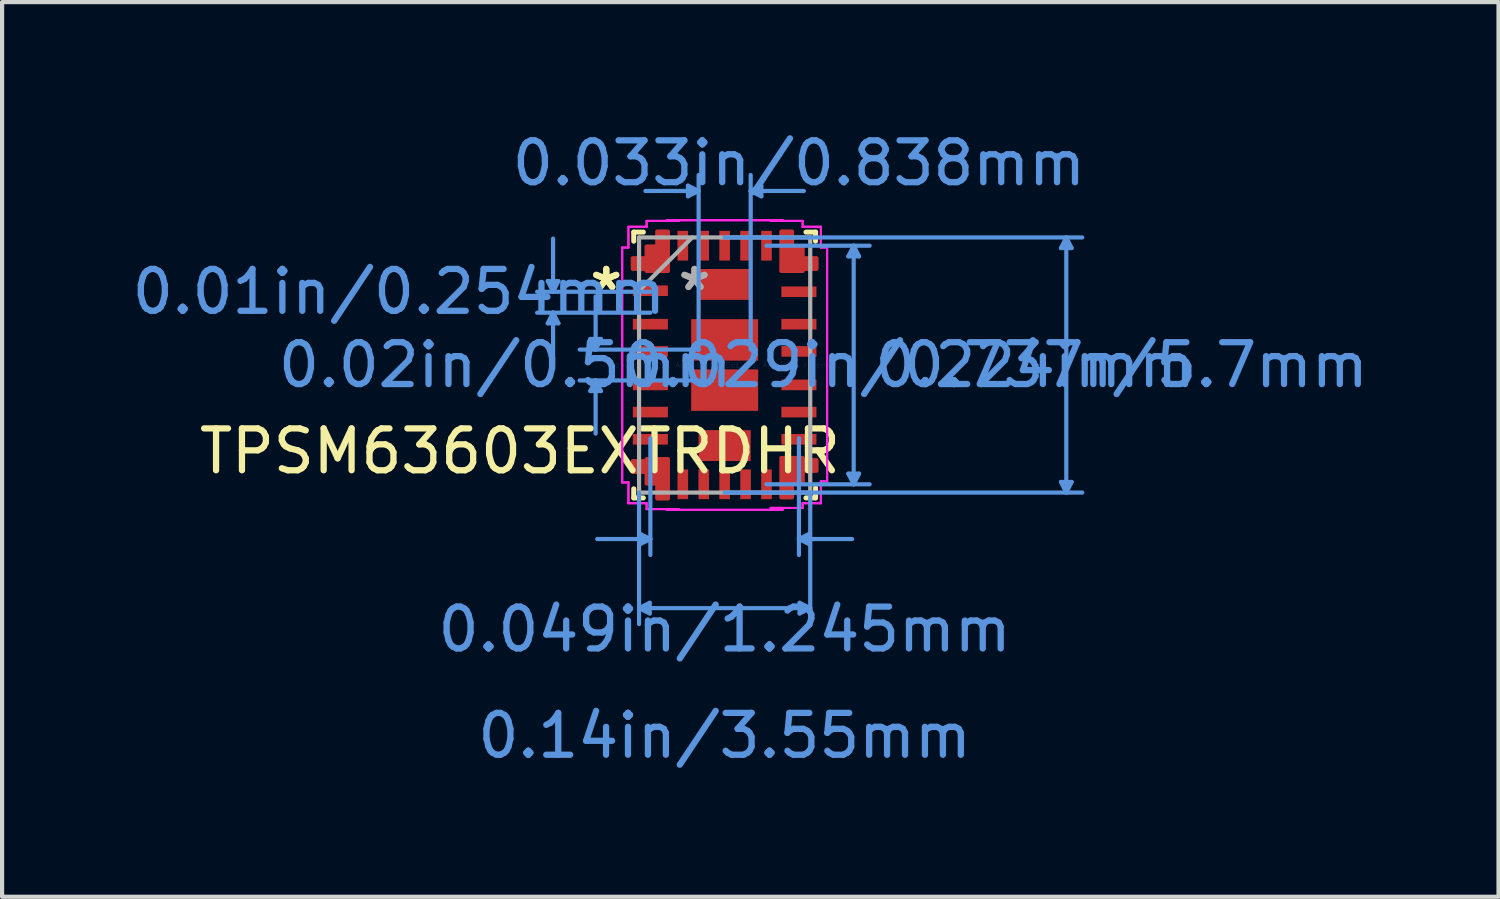
<source format=kicad_pcb>
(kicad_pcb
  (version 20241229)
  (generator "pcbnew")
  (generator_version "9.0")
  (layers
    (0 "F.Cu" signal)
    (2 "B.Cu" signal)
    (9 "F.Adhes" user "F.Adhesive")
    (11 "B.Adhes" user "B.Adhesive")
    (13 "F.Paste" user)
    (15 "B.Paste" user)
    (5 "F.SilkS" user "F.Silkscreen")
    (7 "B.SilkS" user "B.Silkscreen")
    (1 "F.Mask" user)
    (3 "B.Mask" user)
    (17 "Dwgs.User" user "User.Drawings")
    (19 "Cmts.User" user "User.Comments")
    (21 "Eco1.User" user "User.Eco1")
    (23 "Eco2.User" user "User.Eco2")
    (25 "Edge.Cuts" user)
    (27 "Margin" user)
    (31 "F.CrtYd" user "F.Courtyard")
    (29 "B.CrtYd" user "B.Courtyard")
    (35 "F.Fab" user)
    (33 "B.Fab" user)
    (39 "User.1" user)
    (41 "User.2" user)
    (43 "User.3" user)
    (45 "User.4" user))
  (footprint "TPSM63603EXTRDHR"
    (layer "F.Cu")
    (at 14.264 5.671)
    (property "Reference" "TPSM63603EXTRDHR" (at -4.89 2.06 0) (layer "F.SilkS") (effects (font (size 1 1) (thickness 0.15))))
    (attr through_hole)
    (fp_poly (pts (xy -2.194 -2.298) (xy -1.864 -2.298) (xy -1.864 -2.248) (xy -1.356 -2.248) (xy -1.356 -3.188) (xy -1.61 -3.188) (xy -1.61 -2.832) (xy -1.864 -2.832) (xy -1.864 -2.552) (xy -2.194 -2.552)) (stroke (width 0.1) (type solid)) (fill yes) (layer "F.Cu"))
    (fp_poly (pts (xy -2.194 2.298) (xy -1.864 2.298) (xy -1.864 2.248) (xy -1.356 2.248) (xy -1.356 3.188) (xy -1.61 3.188) (xy -1.61 2.832) (xy -1.864 2.832) (xy -1.864 2.552) (xy -2.194 2.552)) (stroke (width 0.1) (type solid)) (fill yes) (layer "F.Cu"))
    (fp_poly (pts (xy 2.194 -2.298) (xy 1.864 -2.298) (xy 1.864 -2.248) (xy 1.356 -2.248) (xy 1.356 -3.188) (xy 1.61 -3.188) (xy 1.61 -2.832) (xy 1.864 -2.832) (xy 1.864 -2.552) (xy 2.194 -2.552)) (stroke (width 0.1) (type solid)) (fill yes) (layer "F.Cu"))
    (fp_poly (pts (xy 2.194 2.273) (xy 1.864 2.273) (xy 1.864 2.223) (xy 1.356 2.223) (xy 1.356 3.162) (xy 1.61 3.162) (xy 1.61 2.807) (xy 1.864 2.807) (xy 1.864 2.527) (xy 2.194 2.527)) (stroke (width 0.1) (type solid)) (fill yes) (layer "F.Cu"))
    (fp_line (start -2.172 -3.175) (end -2.172 -2.958) (stroke (width 0.12) (type solid)) (layer "F.SilkS"))
    (fp_line (start -2.172 2.958) (end -2.172 3.175) (stroke (width 0.12) (type solid)) (layer "F.SilkS"))
    (fp_line (start -2.172 3.175) (end -1.943 3.175) (stroke (width 0.12) (type solid)) (layer "F.SilkS"))
    (fp_line (start -1.943 -3.175) (end -2.172 -3.175) (stroke (width 0.12) (type solid)) (layer "F.SilkS"))
    (fp_line (start 1.942 3.175) (end 2.172 3.175) (stroke (width 0.12) (type solid)) (layer "F.SilkS"))
    (fp_line (start 2.172 -3.175) (end 1.943 -3.175) (stroke (width 0.12) (type solid)) (layer "F.SilkS"))
    (fp_line (start 2.172 -2.958) (end 2.172 -3.175) (stroke (width 0.12) (type solid)) (layer "F.SilkS"))
    (fp_line (start 2.172 3.175) (end 2.172 2.933) (stroke (width 0.12) (type solid)) (layer "F.SilkS"))
    (fp_line (start -4.226 -2.004) (end -3.972 -2.004) (stroke (width 0.1) (type solid)) (layer "Cmts.User"))
    (fp_line (start -4.226 -0.996) (end -3.972 -0.996) (stroke (width 0.1) (type solid)) (layer "Cmts.User"))
    (fp_line (start -4.099 -1.75) (end -4.226 -2.004) (stroke (width 0.1) (type solid)) (layer "Cmts.User"))
    (fp_line (start -4.099 -1.75) (end -4.099 -3.02) (stroke (width 0.1) (type solid)) (layer "Cmts.User"))
    (fp_line (start -4.099 -1.75) (end -3.972 -2.004) (stroke (width 0.1) (type solid)) (layer "Cmts.User"))
    (fp_line (start -4.099 -1.25) (end -4.226 -0.996) (stroke (width 0.1) (type solid)) (layer "Cmts.User"))
    (fp_line (start -4.099 -1.25) (end -4.099 0.02) (stroke (width 0.1) (type solid)) (layer "Cmts.User"))
    (fp_line (start -4.099 -1.25) (end -3.972 -0.996) (stroke (width 0.1) (type solid)) (layer "Cmts.User"))
    (fp_line (start -3.21 -0.622) (end -2.956 -0.622) (stroke (width 0.1) (type solid)) (layer "Cmts.User"))
    (fp_line (start -3.21 0.622) (end -2.956 0.622) (stroke (width 0.1) (type solid)) (layer "Cmts.User"))
    (fp_line (start -3.083 -0.368) (end -3.21 -0.622) (stroke (width 0.1) (type solid)) (layer "Cmts.User"))
    (fp_line (start -3.083 -0.368) (end -3.083 -1.638) (stroke (width 0.1) (type solid)) (layer "Cmts.User"))
    (fp_line (start -3.083 -0.368) (end -2.956 -0.622) (stroke (width 0.1) (type solid)) (layer "Cmts.User"))
    (fp_line (start -3.083 0.368) (end -3.21 0.622) (stroke (width 0.1) (type solid)) (layer "Cmts.User"))
    (fp_line (start -3.083 0.368) (end -3.083 1.638) (stroke (width 0.1) (type solid)) (layer "Cmts.User"))
    (fp_line (start -3.083 0.368) (end -2.956 0.622) (stroke (width 0.1) (type solid)) (layer "Cmts.User"))
    (fp_line (start -2.045 3.048) (end -2.045 6.19) (stroke (width 0.1) (type solid)) (layer "Cmts.User"))
    (fp_line (start -2.045 5.809) (end -1.791 5.682) (stroke (width 0.1) (type solid)) (layer "Cmts.User"))
    (fp_line (start -2.045 5.809) (end -1.791 5.936) (stroke (width 0.1) (type solid)) (layer "Cmts.User"))
    (fp_line (start -2.045 5.809) (end 2.045 5.809) (stroke (width 0.1) (type solid)) (layer "Cmts.User"))
    (fp_line (start -2.029 4.031) (end -2.029 4.285) (stroke (width 0.1) (type solid)) (layer "Cmts.User"))
    (fp_line (start -1.791 5.682) (end -1.791 5.936) (stroke (width 0.1) (type solid)) (layer "Cmts.User"))
    (fp_line (start -1.775 -1.75) (end -4.48 -1.75) (stroke (width 0.1) (type solid)) (layer "Cmts.User"))
    (fp_line (start -1.775 -1.25) (end -4.48 -1.25) (stroke (width 0.1) (type solid)) (layer "Cmts.User"))
    (fp_line (start -1.775 1.75) (end -1.775 4.539) (stroke (width 0.1) (type solid)) (layer "Cmts.User"))
    (fp_line (start -1.775 4.158) (end -3.045 4.158) (stroke (width 0.1) (type solid)) (layer "Cmts.User"))
    (fp_line (start -1.775 4.158) (end -2.029 4.031) (stroke (width 0.1) (type solid)) (layer "Cmts.User"))
    (fp_line (start -1.775 4.158) (end -2.029 4.285) (stroke (width 0.1) (type solid)) (layer "Cmts.User"))
    (fp_line (start -0.876 -4.285) (end -0.876 -4.031) (stroke (width 0.1) (type solid)) (layer "Cmts.User"))
    (fp_line (start -0.622 -4.158) (end -1.892 -4.158) (stroke (width 0.1) (type solid)) (layer "Cmts.User"))
    (fp_line (start -0.622 -4.158) (end -0.876 -4.285) (stroke (width 0.1) (type solid)) (layer "Cmts.User"))
    (fp_line (start -0.622 -4.158) (end -0.876 -4.031) (stroke (width 0.1) (type solid)) (layer "Cmts.User"))
    (fp_line (start -0.622 -0.368) (end -3.464 -0.368) (stroke (width 0.1) (type solid)) (layer "Cmts.User"))
    (fp_line (start -0.622 -0.368) (end -0.622 -4.539) (stroke (width 0.1) (type solid)) (layer "Cmts.User"))
    (fp_line (start -0.622 0.368) (end -3.464 0.368) (stroke (width 0.1) (type solid)) (layer "Cmts.User"))
    (fp_line (start 0 -3.048) (end 8.544 -3.048) (stroke (width 0.1) (type solid)) (layer "Cmts.User"))
    (fp_line (start 0 3.048) (end 8.544 3.048) (stroke (width 0.1) (type solid)) (layer "Cmts.User"))
    (fp_line (start 0.622 -4.158) (end 0.876 -4.285) (stroke (width 0.1) (type solid)) (layer "Cmts.User"))
    (fp_line (start 0.622 -4.158) (end 0.876 -4.031) (stroke (width 0.1) (type solid)) (layer "Cmts.User"))
    (fp_line (start 0.622 -4.158) (end 1.892 -4.158) (stroke (width 0.1) (type solid)) (layer "Cmts.User"))
    (fp_line (start 0.622 -0.368) (end 0.622 -4.539) (stroke (width 0.1) (type solid)) (layer "Cmts.User"))
    (fp_line (start 0.876 -4.285) (end 0.876 -4.031) (stroke (width 0.1) (type solid)) (layer "Cmts.User"))
    (fp_line (start 1 -2.85) (end 3.464 -2.85) (stroke (width 0.1) (type solid)) (layer "Cmts.User"))
    (fp_line (start 1 2.85) (end 3.464 2.85) (stroke (width 0.1) (type solid)) (layer "Cmts.User"))
    (fp_line (start 1.775 1.75) (end 1.775 4.539) (stroke (width 0.1) (type solid)) (layer "Cmts.User"))
    (fp_line (start 1.775 4.158) (end 2.029 4.031) (stroke (width 0.1) (type solid)) (layer "Cmts.User"))
    (fp_line (start 1.775 4.158) (end 2.029 4.285) (stroke (width 0.1) (type solid)) (layer "Cmts.User"))
    (fp_line (start 1.775 4.158) (end 3.045 4.158) (stroke (width 0.1) (type solid)) (layer "Cmts.User"))
    (fp_line (start 1.791 5.682) (end 1.791 5.936) (stroke (width 0.1) (type solid)) (layer "Cmts.User"))
    (fp_line (start 2.029 4.031) (end 2.029 4.285) (stroke (width 0.1) (type solid)) (layer "Cmts.User"))
    (fp_line (start 2.045 3.048) (end 2.045 6.19) (stroke (width 0.1) (type solid)) (layer "Cmts.User"))
    (fp_line (start 2.045 5.809) (end 1.791 5.682) (stroke (width 0.1) (type solid)) (layer "Cmts.User"))
    (fp_line (start 2.045 5.809) (end 1.791 5.936) (stroke (width 0.1) (type solid)) (layer "Cmts.User"))
    (fp_line (start 2.956 -2.596) (end 3.21 -2.596) (stroke (width 0.1) (type solid)) (layer "Cmts.User"))
    (fp_line (start 2.956 2.596) (end 3.21 2.596) (stroke (width 0.1) (type solid)) (layer "Cmts.User"))
    (fp_line (start 3.083 -2.85) (end 2.956 -2.596) (stroke (width 0.1) (type solid)) (layer "Cmts.User"))
    (fp_line (start 3.083 -2.85) (end 3.083 2.85) (stroke (width 0.1) (type solid)) (layer "Cmts.User"))
    (fp_line (start 3.083 -2.85) (end 3.21 -2.596) (stroke (width 0.1) (type solid)) (layer "Cmts.User"))
    (fp_line (start 3.083 2.85) (end 2.956 2.596) (stroke (width 0.1) (type solid)) (layer "Cmts.User"))
    (fp_line (start 3.083 2.85) (end 3.21 2.596) (stroke (width 0.1) (type solid)) (layer "Cmts.User"))
    (fp_line (start 8.036 -2.794) (end 8.29 -2.794) (stroke (width 0.1) (type solid)) (layer "Cmts.User"))
    (fp_line (start 8.036 2.794) (end 8.29 2.794) (stroke (width 0.1) (type solid)) (layer "Cmts.User"))
    (fp_line (start 8.163 -3.048) (end 8.036 -2.794) (stroke (width 0.1) (type solid)) (layer "Cmts.User"))
    (fp_line (start 8.163 -3.048) (end 8.163 3.048) (stroke (width 0.1) (type solid)) (layer "Cmts.User"))
    (fp_line (start 8.163 -3.048) (end 8.29 -2.794) (stroke (width 0.1) (type solid)) (layer "Cmts.User"))
    (fp_line (start 8.163 3.048) (end 8.036 2.794) (stroke (width 0.1) (type solid)) (layer "Cmts.User"))
    (fp_line (start 8.163 3.048) (end 8.29 2.794) (stroke (width 0.1) (type solid)) (layer "Cmts.User"))
    (fp_line (start -2.448 -2.806) (end -2.448 2.806) (stroke (width 0.05) (type solid)) (layer "F.CrtYd"))
    (fp_line (start -2.448 -2.806) (end -2.448 2.806) (stroke (width 0.05) (type solid)) (layer "F.CrtYd"))
    (fp_line (start -2.448 2.806) (end -2.299 2.806) (stroke (width 0.05) (type solid)) (layer "F.CrtYd"))
    (fp_line (start -2.448 2.806) (end -2.299 2.806) (stroke (width 0.05) (type solid)) (layer "F.CrtYd"))
    (fp_line (start -2.299 -3.302) (end -2.299 -2.806) (stroke (width 0.05) (type solid)) (layer "F.CrtYd"))
    (fp_line (start -2.299 -3.302) (end -2.299 -2.806) (stroke (width 0.05) (type solid)) (layer "F.CrtYd"))
    (fp_line (start -2.299 -2.806) (end -2.448 -2.806) (stroke (width 0.05) (type solid)) (layer "F.CrtYd"))
    (fp_line (start -2.299 -2.806) (end -2.448 -2.806) (stroke (width 0.05) (type solid)) (layer "F.CrtYd"))
    (fp_line (start -2.299 2.806) (end -2.299 3.302) (stroke (width 0.05) (type solid)) (layer "F.CrtYd"))
    (fp_line (start -2.299 2.806) (end -2.299 3.302) (stroke (width 0.05) (type solid)) (layer "F.CrtYd"))
    (fp_line (start -2.299 3.302) (end -1.864 3.302) (stroke (width 0.05) (type solid)) (layer "F.CrtYd"))
    (fp_line (start -2.299 3.302) (end -1.864 3.302) (stroke (width 0.05) (type solid)) (layer "F.CrtYd"))
    (fp_line (start -1.864 -3.442) (end -1.864 -3.302) (stroke (width 0.05) (type solid)) (layer "F.CrtYd"))
    (fp_line (start -1.864 -3.442) (end -1.864 -3.302) (stroke (width 0.05) (type solid)) (layer "F.CrtYd"))
    (fp_line (start -1.864 -3.302) (end -2.299 -3.302) (stroke (width 0.05) (type solid)) (layer "F.CrtYd"))
    (fp_line (start -1.864 -3.302) (end -2.299 -3.302) (stroke (width 0.05) (type solid)) (layer "F.CrtYd"))
    (fp_line (start -1.864 3.302) (end -1.864 3.442) (stroke (width 0.05) (type solid)) (layer "F.CrtYd"))
    (fp_line (start -1.864 3.302) (end -1.864 3.442) (stroke (width 0.05) (type solid)) (layer "F.CrtYd"))
    (fp_line (start -1.864 3.442) (end -1.102 3.442) (stroke (width 0.05) (type solid)) (layer "F.CrtYd"))
    (fp_line (start -1.864 3.442) (end -1.102 3.442) (stroke (width 0.05) (type solid)) (layer "F.CrtYd"))
    (fp_line (start -1.381 -3.46) (end -1.381 -3.442) (stroke (width 0.05) (type solid)) (layer "F.CrtYd"))
    (fp_line (start -1.381 -3.46) (end -1.381 -3.442) (stroke (width 0.05) (type solid)) (layer "F.CrtYd"))
    (fp_line (start -1.381 -3.442) (end -1.102 -3.442) (stroke (width 0.05) (type solid)) (layer "F.CrtYd"))
    (fp_line (start -1.381 -3.442) (end -1.102 -3.442) (stroke (width 0.05) (type solid)) (layer "F.CrtYd"))
    (fp_line (start -1.381 3.442) (end -1.381 3.46) (stroke (width 0.05) (type solid)) (layer "F.CrtYd"))
    (fp_line (start -1.381 3.442) (end -1.381 3.46) (stroke (width 0.05) (type solid)) (layer "F.CrtYd"))
    (fp_line (start -1.381 3.46) (end 1.381 3.46) (stroke (width 0.05) (type solid)) (layer "F.CrtYd"))
    (fp_line (start -1.381 3.46) (end 1.381 3.46) (stroke (width 0.05) (type solid)) (layer "F.CrtYd"))
    (fp_line (start -1.102 -3.442) (end -1.864 -3.442) (stroke (width 0.05) (type solid)) (layer "F.CrtYd"))
    (fp_line (start -1.102 -3.442) (end -1.864 -3.442) (stroke (width 0.05) (type solid)) (layer "F.CrtYd"))
    (fp_line (start -1.102 3.442) (end -1.381 3.442) (stroke (width 0.05) (type solid)) (layer "F.CrtYd"))
    (fp_line (start -1.102 3.442) (end -1.381 3.442) (stroke (width 0.05) (type solid)) (layer "F.CrtYd"))
    (fp_line (start 1.102 -3.442) (end 1.381 -3.442) (stroke (width 0.05) (type solid)) (layer "F.CrtYd"))
    (fp_line (start 1.102 -3.442) (end 1.381 -3.442) (stroke (width 0.05) (type solid)) (layer "F.CrtYd"))
    (fp_line (start 1.102 3.416) (end 1.864 3.416) (stroke (width 0.05) (type solid)) (layer "F.CrtYd"))
    (fp_line (start 1.102 3.416) (end 1.864 3.416) (stroke (width 0.05) (type solid)) (layer "F.CrtYd"))
    (fp_line (start 1.381 -3.46) (end -1.381 -3.46) (stroke (width 0.05) (type solid)) (layer "F.CrtYd"))
    (fp_line (start 1.381 -3.46) (end -1.381 -3.46) (stroke (width 0.05) (type solid)) (layer "F.CrtYd"))
    (fp_line (start 1.381 -3.442) (end 1.381 -3.46) (stroke (width 0.05) (type solid)) (layer "F.CrtYd"))
    (fp_line (start 1.381 -3.442) (end 1.381 -3.46) (stroke (width 0.05) (type solid)) (layer "F.CrtYd"))
    (fp_line (start 1.381 3.416) (end 1.102 3.416) (stroke (width 0.05) (type solid)) (layer "F.CrtYd"))
    (fp_line (start 1.381 3.416) (end 1.102 3.416) (stroke (width 0.05) (type solid)) (layer "F.CrtYd"))
    (fp_line (start 1.381 3.46) (end 1.381 3.416) (stroke (width 0.05) (type solid)) (layer "F.CrtYd"))
    (fp_line (start 1.381 3.46) (end 1.381 3.416) (stroke (width 0.05) (type solid)) (layer "F.CrtYd"))
    (fp_line (start 1.864 -3.442) (end 1.102 -3.442) (stroke (width 0.05) (type solid)) (layer "F.CrtYd"))
    (fp_line (start 1.864 -3.442) (end 1.102 -3.442) (stroke (width 0.05) (type solid)) (layer "F.CrtYd"))
    (fp_line (start 1.864 -3.302) (end 1.864 -3.442) (stroke (width 0.05) (type solid)) (layer "F.CrtYd"))
    (fp_line (start 1.864 -3.302) (end 1.864 -3.442) (stroke (width 0.05) (type solid)) (layer "F.CrtYd"))
    (fp_line (start 1.864 3.302) (end 2.299 3.302) (stroke (width 0.05) (type solid)) (layer "F.CrtYd"))
    (fp_line (start 1.864 3.302) (end 2.299 3.302) (stroke (width 0.05) (type solid)) (layer "F.CrtYd"))
    (fp_line (start 1.864 3.416) (end 1.864 3.302) (stroke (width 0.05) (type solid)) (layer "F.CrtYd"))
    (fp_line (start 1.864 3.416) (end 1.864 3.302) (stroke (width 0.05) (type solid)) (layer "F.CrtYd"))
    (fp_line (start 2.299 -3.302) (end 1.864 -3.302) (stroke (width 0.05) (type solid)) (layer "F.CrtYd"))
    (fp_line (start 2.299 -3.302) (end 1.864 -3.302) (stroke (width 0.05) (type solid)) (layer "F.CrtYd"))
    (fp_line (start 2.299 -2.806) (end 2.299 -3.302) (stroke (width 0.05) (type solid)) (layer "F.CrtYd"))
    (fp_line (start 2.299 -2.806) (end 2.299 -3.302) (stroke (width 0.05) (type solid)) (layer "F.CrtYd"))
    (fp_line (start 2.299 2.781) (end 2.448 2.781) (stroke (width 0.05) (type solid)) (layer "F.CrtYd"))
    (fp_line (start 2.299 2.781) (end 2.448 2.781) (stroke (width 0.05) (type solid)) (layer "F.CrtYd"))
    (fp_line (start 2.299 3.302) (end 2.299 2.781) (stroke (width 0.05) (type solid)) (layer "F.CrtYd"))
    (fp_line (start 2.299 3.302) (end 2.299 2.781) (stroke (width 0.05) (type solid)) (layer "F.CrtYd"))
    (fp_line (start 2.448 -2.806) (end 2.299 -2.806) (stroke (width 0.05) (type solid)) (layer "F.CrtYd"))
    (fp_line (start 2.448 -2.806) (end 2.299 -2.806) (stroke (width 0.05) (type solid)) (layer "F.CrtYd"))
    (fp_line (start 2.448 2.781) (end 2.448 -2.806) (stroke (width 0.05) (type solid)) (layer "F.CrtYd"))
    (fp_line (start 2.448 2.781) (end 2.448 -2.806) (stroke (width 0.05) (type solid)) (layer "F.CrtYd"))
    (fp_line (start -2.045 -3.048) (end -2.045 3.048) (stroke (width 0.1) (type solid)) (layer "F.Fab"))
    (fp_line (start -2.045 -1.778) (end -0.775 -3.048) (stroke (width 0.1) (type solid)) (layer "F.Fab"))
    (fp_line (start -2.045 3.048) (end 2.045 3.048) (stroke (width 0.1) (type solid)) (layer "F.Fab"))
    (fp_line (start 2.045 -3.048) (end -2.045 -3.048) (stroke (width 0.1) (type solid)) (layer "F.Fab"))
    (fp_line (start 2.045 3.048) (end 2.045 -3.048) (stroke (width 0.1) (type solid)) (layer "F.Fab"))
    (fp_text user "*" (at -2.829 -1.75 0) (layer "F.SilkS") (effects (font (size 1 1) (thickness 0.15))))
    (fp_text user "*" (at -2.829 -1.75 0) (layer "F.SilkS") (effects (font (size 1 1) (thickness 0.15))))
    (fp_text user "0.033in/0.838mm" (at 1.775 -4.823 0) (layer "Cmts.User") (effects (font (size 1 1) (thickness 0.15))))
    (fp_text user "0.029in/0.737mm" (at 4.404 0 0) (layer "Cmts.User") (effects (font (size 1 1) (thickness 0.15))))
    (fp_text user "Copyright 2021 Accelerated Designs. All rights reserved." (at 0 0 0) (layer "Cmts.User") (effects (font (size 0.127 0.127) (thickness 0.002))))
    (fp_text user "0.01in/0.254mm" (at -7.782 -1.75 0) (layer "Cmts.User") (effects (font (size 1 1) (thickness 0.15))))
    (fp_text user "0.049in/1.245mm" (at 0 6.317 0) (layer "Cmts.User") (effects (font (size 1 1) (thickness 0.15))))
    (fp_text user "0.02in/0.5mm" (at -5.242 0 0) (layer "Cmts.User") (effects (font (size 1 1) (thickness 0.15))))
    (fp_text user "0.14in/3.55mm" (at 0 8.857 0) (layer "Cmts.User") (effects (font (size 1 1) (thickness 0.15))))
    (fp_text user "0.224in/5.7mm" (at 9.484 0 0) (layer "Cmts.User") (effects (font (size 1 1) (thickness 0.15))))
    (fp_text user "*" (at -0.721 -1.75 0) (layer "F.Fab") (effects (font (size 1 1) (thickness 0.15))))
    (fp_text user "*" (at -0.721 -1.75 0) (layer "F.Fab") (effects (font (size 1 1) (thickness 0.15))))
    (pad "1" smd rect (at -1.651 -2.54) (size 0.127 0.127) (layers "F.Cu" "F.Mask" "F.Paste"))
    (pad "2" smd rect (at -1.775 -1.775) (size 0.838 0.254) (layers "F.Cu" "F.Mask" "F.Paste"))
    (pad "3" smd rect (at -1.775 -0.975) (size 0.838 0.254) (layers "F.Cu" "F.Mask" "F.Paste"))
    (pad "4" smd rect (at -1.775 -0.325) (size 0.838 0.254) (layers "F.Cu" "F.Mask" "F.Paste"))
    (pad "5" smd rect (at -1.775 0.475) (size 0.838 0.254) (layers "F.Cu" "F.Mask" "F.Paste"))
    (pad "6" smd rect (at -1.775 1.125) (size 0.838 0.254) (layers "F.Cu" "F.Mask" "F.Paste"))
    (pad "7" smd rect (at -1.775 1.775) (size 0.838 0.254) (layers "F.Cu" "F.Mask" "F.Paste"))
    (pad "8" smd rect (at -1.651 2.54) (size 0.127 0.127) (layers "F.Cu" "F.Mask" "F.Paste"))
    (pad "9" smd rect (at -1 2.85) (size 0.254 0.711) (layers "F.Cu" "F.Mask" "F.Paste"))
    (pad "10" smd rect (at -0.5 2.85) (size 0.254 0.711) (layers "F.Cu" "F.Mask" "F.Paste"))
    (pad "11" smd rect (at 0 2.85) (size 0.254 0.711) (layers "F.Cu" "F.Mask" "F.Paste"))
    (pad "12" smd rect (at 0.5 2.85) (size 0.254 0.711) (layers "F.Cu" "F.Mask" "F.Paste"))
    (pad "13" smd rect (at 1 2.85) (size 0.254 0.711) (layers "F.Cu" "F.Mask" "F.Paste"))
    (pad "14" smd rect (at 1.651 2.54) (size 0.127 0.127) (layers "F.Cu" "F.Mask" "F.Paste"))
    (pad "15" smd rect (at 1.775 1.775) (size 0.838 0.254) (layers "F.Cu" "F.Mask" "F.Paste"))
    (pad "16" smd rect (at 1.775 1.125) (size 0.838 0.254) (layers "F.Cu" "F.Mask" "F.Paste"))
    (pad "17" smd rect (at 1.775 0.475) (size 0.838 0.254) (layers "F.Cu" "F.Mask" "F.Paste"))
    (pad "18" smd rect (at 1.775 -0.325) (size 0.838 0.254) (layers "F.Cu" "F.Mask" "F.Paste"))
    (pad "19" smd rect (at 1.775 -0.975) (size 0.838 0.254) (layers "F.Cu" "F.Mask" "F.Paste"))
    (pad "20" smd rect (at 1.775 -1.75) (size 0.838 0.254) (layers "F.Cu" "F.Mask" "F.Paste"))
    (pad "21" smd rect (at 1.651 -2.54) (size 0.127 0.127) (layers "F.Cu" "F.Mask" "F.Paste"))
    (pad "22" smd rect (at 1 -2.85) (size 0.254 0.711) (layers "F.Cu" "F.Mask" "F.Paste"))
    (pad "23" smd rect (at 0.5 -2.85) (size 0.254 0.711) (layers "F.Cu" "F.Mask" "F.Paste"))
    (pad "24" smd rect (at 0 -2.85) (size 0.254 0.711) (layers "F.Cu" "F.Mask" "F.Paste"))
    (pad "25" smd rect (at -0.5 -2.85) (size 0.254 0.711) (layers "F.Cu" "F.Mask" "F.Paste"))
    (pad "26" smd rect (at -1 -2.85) (size 0.254 0.711) (layers "F.Cu" "F.Mask" "F.Paste"))
    (pad "27" smd rect (at 0 -1.925) (size 1.245 0.737) (layers "F.Cu" "F.Mask"))
    (pad "28" smd rect (at 0 -0.6) (size 1.6 0.991) (layers "F.Cu" "F.Mask" "F.Paste"))
    (pad "29" smd rect (at 0 0.6) (size 1.6 0.991) (layers "F.Cu" "F.Mask" "F.Paste"))
    (pad "30" smd rect (at 0 1.925) (size 1.245 0.737) (layers "F.Cu" "F.Mask")))
  (gr_rect
    (start -3 -3)
    (end 32.754 18.377)
    (stroke (width 0.1) (type default))
    (fill no)
    (layer "Edge.Cuts")))
</source>
